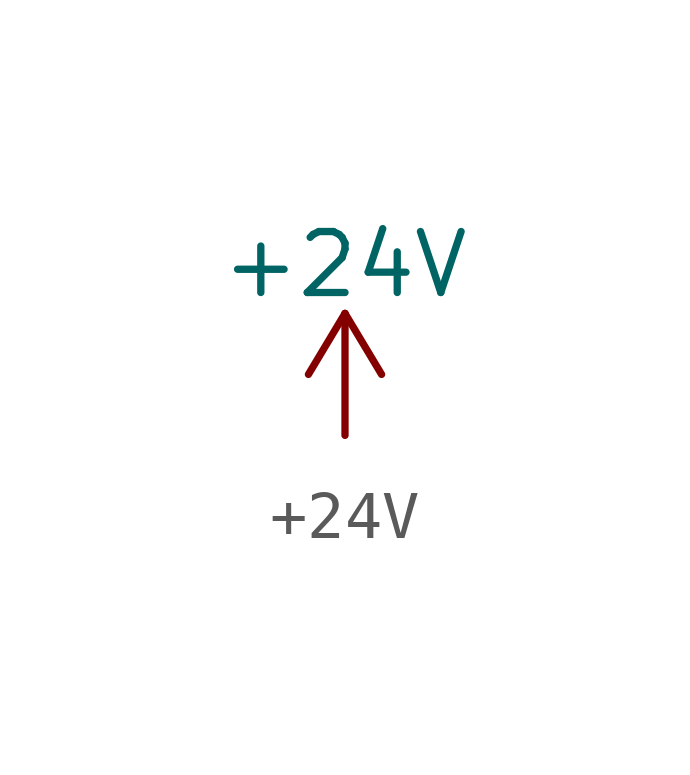
<source format=kicad_sym>
(kicad_symbol_lib
  (version 20211014)
  (generator kicad_symbol_editor)
  (symbol "+24V"
    (power)
    (pin_names
      (offset 0))
    (property "Reference" "#PWR"
      (at 0 -3.81 0)
      (effects (font (size 1.27 1.27)) hide))
    (property "Value" "+24V"
      (at 0 3.556 0)
      (effects (font (size 1.27 1.27))))
    (symbol "+24V_0_1"
      (polyline (pts (xy -0.762 1.27) (xy 0 2.54)) (stroke (width 0) (type default) (color 0 0 0 0)) (fill (type none)))
      (polyline (pts (xy 0 0) (xy 0 2.54)) (stroke (width 0) (type default) (color 0 0 0 0)) (fill (type none)))
      (polyline (pts (xy 0 2.54) (xy 0.762 1.27)) (stroke (width 0) (type default) (color 0 0 0 0)) (fill (type none))))
    (symbol "+24V_1_1"
      (pin power_in line (at 0 0 90) (length 0) hide (name "+24V" (effects (font (size 1.27 1.27)))) (number "1" (effects (font (size 1.27 1.27))))))))
</source>
